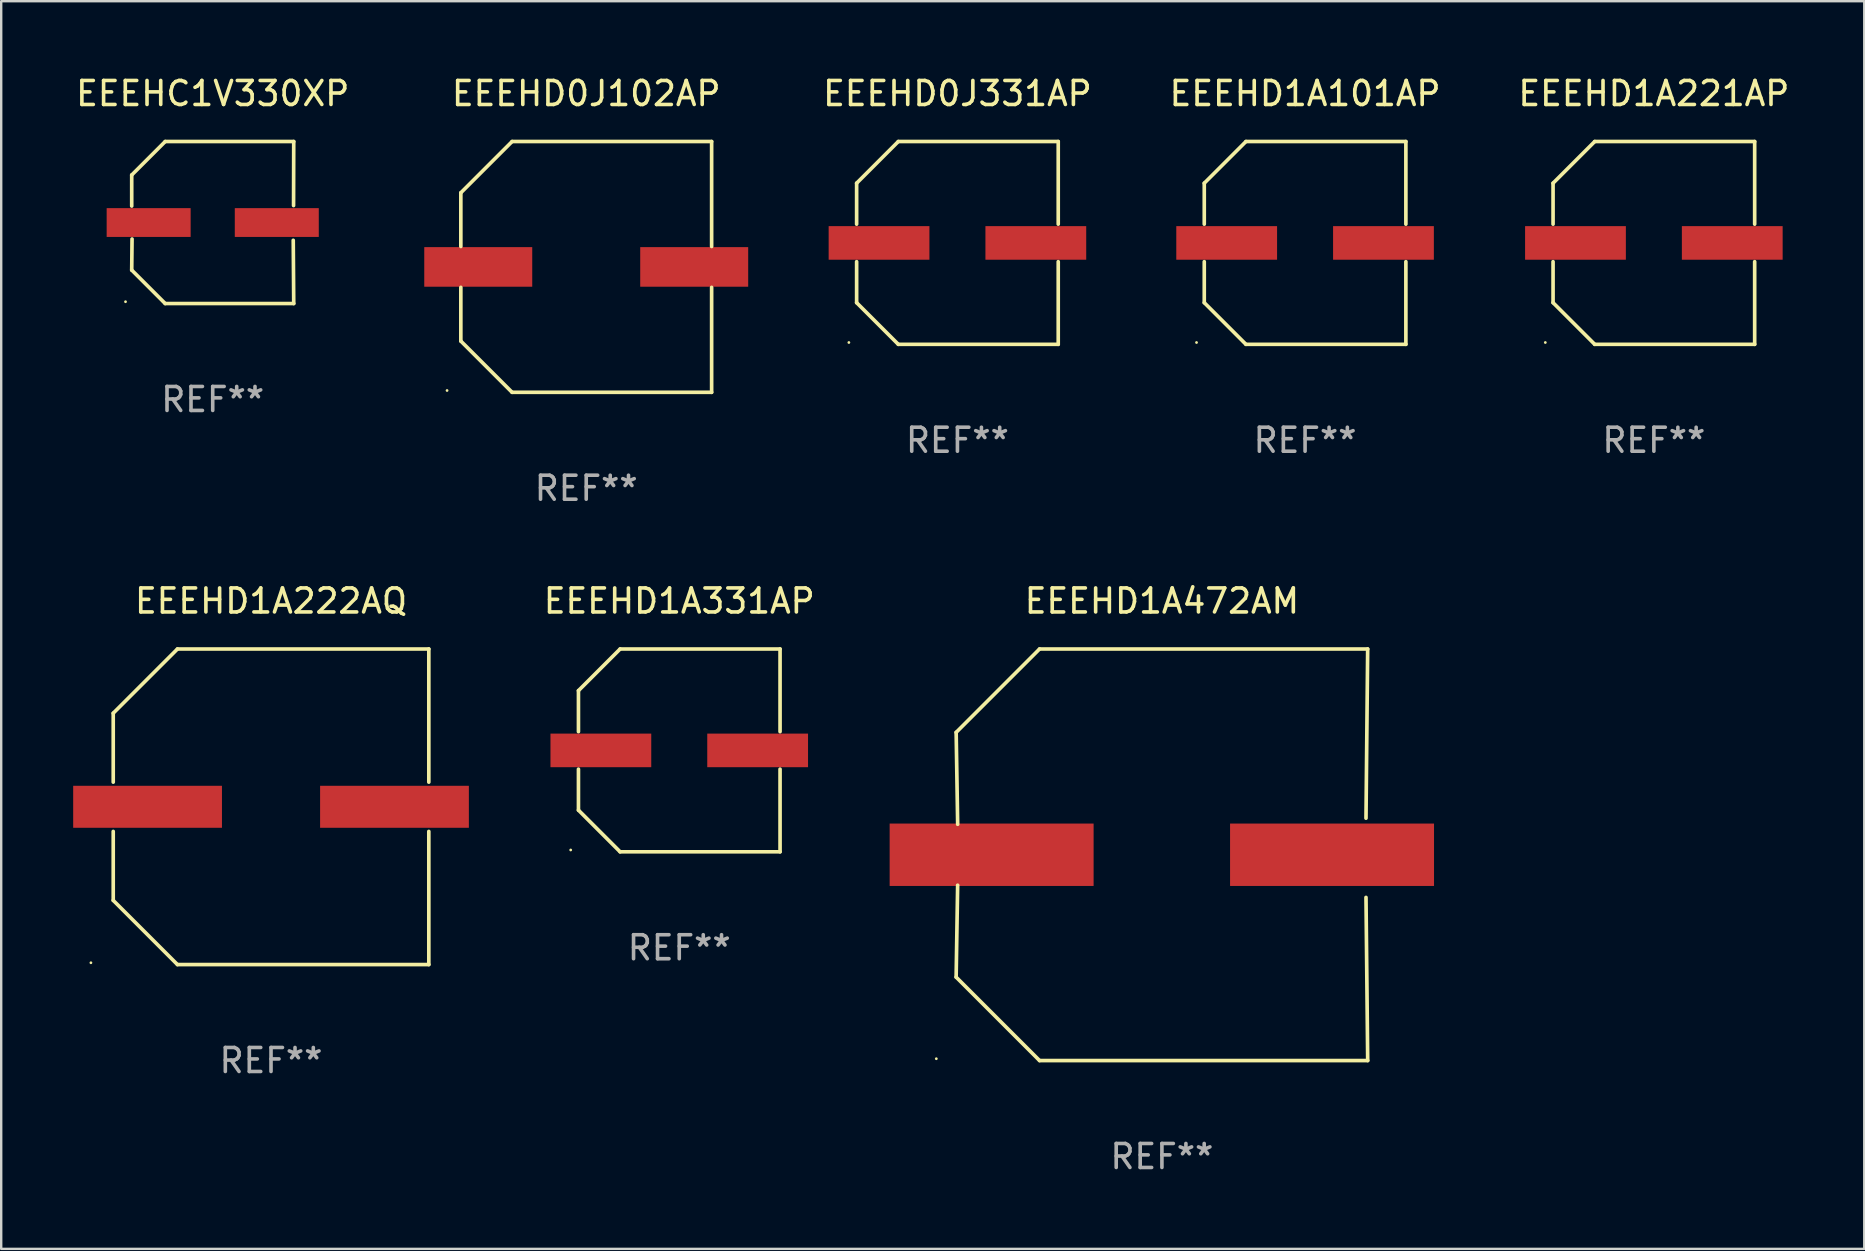
<source format=kicad_pcb>
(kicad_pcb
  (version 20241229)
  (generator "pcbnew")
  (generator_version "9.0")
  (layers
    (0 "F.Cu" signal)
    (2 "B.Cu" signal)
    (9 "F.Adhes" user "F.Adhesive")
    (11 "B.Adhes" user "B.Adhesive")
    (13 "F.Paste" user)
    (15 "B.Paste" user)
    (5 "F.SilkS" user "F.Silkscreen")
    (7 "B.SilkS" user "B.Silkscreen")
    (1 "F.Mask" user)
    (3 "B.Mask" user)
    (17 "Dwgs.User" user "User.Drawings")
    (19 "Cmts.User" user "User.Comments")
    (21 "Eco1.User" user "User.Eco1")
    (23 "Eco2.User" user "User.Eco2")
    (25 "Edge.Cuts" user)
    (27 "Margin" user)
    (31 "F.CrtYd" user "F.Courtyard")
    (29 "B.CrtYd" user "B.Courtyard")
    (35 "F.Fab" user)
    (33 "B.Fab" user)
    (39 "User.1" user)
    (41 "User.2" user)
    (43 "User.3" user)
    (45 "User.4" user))
  (footprint "EEEHD1A221AP"
    (layer "F.Cu")
    (at 65.875 7.074)
    (property "Reference" "EEEHD1A221AP" (at 0 -6.226 0) (layer "F.SilkS") (effects (font (size 1 1) (thickness 0.15))))
    (attr through_hole)
    (fp_line (start -4.201 -2.49) (end -4.201 -0.782) (stroke (width 0.152) (type solid)) (layer "F.SilkS"))
    (fp_line (start -4.201 2.49) (end -4.201 0.782) (stroke (width 0.152) (type solid)) (layer "F.SilkS"))
    (fp_line (start -2.465 -4.226) (end -4.201 -2.49) (stroke (width 0.152) (type solid)) (layer "F.SilkS"))
    (fp_line (start -2.465 4.226) (end -4.201 2.49) (stroke (width 0.152) (type solid)) (layer "F.SilkS"))
    (fp_line (start 4.201 -4.226) (end -2.465 -4.226) (stroke (width 0.152) (type solid)) (layer "F.SilkS"))
    (fp_line (start 4.201 -0.782) (end 4.201 -4.226) (stroke (width 0.152) (type solid)) (layer "F.SilkS"))
    (fp_line (start 4.201 0.782) (end 4.201 4.226) (stroke (width 0.152) (type solid)) (layer "F.SilkS"))
    (fp_line (start 4.201 4.226) (end -2.465 4.226) (stroke (width 0.152) (type solid)) (layer "F.SilkS"))
    (fp_circle (center -4.524 4.15) (end -4.494 4.15) (stroke (width 0.06) (type solid)) (fill no) (layer "F.SilkS"))
    (fp_text user "REF**" (at 0 8.226 0) (layer "F.Fab") (effects (font (size 1 1) (thickness 0.15))))
    (pad "1" smd rect (at -3.267 0) (size 4.2 1.4) (layers "F.Cu" "F.Mask" "F.Paste"))
    (pad "2" smd rect (at 3.267 0) (size 4.2 1.4) (layers "F.Cu" "F.Mask" "F.Paste")))
  (footprint "EEEHD1A331AP"
    (layer "F.Cu")
    (at 25.258 28.223)
    (property "Reference" "EEEHD1A331AP" (at 0 -6.226 0) (layer "F.SilkS") (effects (font (size 1 1) (thickness 0.15))))
    (attr through_hole)
    (fp_line (start -4.201 -2.49) (end -4.201 -0.782) (stroke (width 0.152) (type solid)) (layer "F.SilkS"))
    (fp_line (start -4.201 2.49) (end -4.201 0.782) (stroke (width 0.152) (type solid)) (layer "F.SilkS"))
    (fp_line (start -2.465 -4.226) (end -4.201 -2.49) (stroke (width 0.152) (type solid)) (layer "F.SilkS"))
    (fp_line (start -2.465 4.226) (end -4.201 2.49) (stroke (width 0.152) (type solid)) (layer "F.SilkS"))
    (fp_line (start 4.201 -4.226) (end -2.465 -4.226) (stroke (width 0.152) (type solid)) (layer "F.SilkS"))
    (fp_line (start 4.201 -0.782) (end 4.201 -4.226) (stroke (width 0.152) (type solid)) (layer "F.SilkS"))
    (fp_line (start 4.201 0.782) (end 4.201 4.226) (stroke (width 0.152) (type solid)) (layer "F.SilkS"))
    (fp_line (start 4.201 4.226) (end -2.465 4.226) (stroke (width 0.152) (type solid)) (layer "F.SilkS"))
    (fp_circle (center -4.524 4.15) (end -4.494 4.15) (stroke (width 0.06) (type solid)) (fill no) (layer "F.SilkS"))
    (fp_text user "REF**" (at 0 8.226 0) (layer "F.Fab") (effects (font (size 1 1) (thickness 0.15))))
    (pad "1" smd rect (at -3.267 0) (size 4.2 1.4) (layers "F.Cu" "F.Mask" "F.Paste"))
    (pad "2" smd rect (at 3.267 0) (size 4.2 1.4) (layers "F.Cu" "F.Mask" "F.Paste")))
  (footprint "EEEHD1A101AP"
    (layer "F.Cu")
    (at 51.339 7.074)
    (property "Reference" "EEEHD1A101AP" (at 0 -6.226 0) (layer "F.SilkS") (effects (font (size 1 1) (thickness 0.15))))
    (attr through_hole)
    (fp_line (start -4.201 -2.49) (end -4.201 -0.782) (stroke (width 0.152) (type solid)) (layer "F.SilkS"))
    (fp_line (start -4.201 2.49) (end -4.201 0.782) (stroke (width 0.152) (type solid)) (layer "F.SilkS"))
    (fp_line (start -2.465 -4.226) (end -4.201 -2.49) (stroke (width 0.152) (type solid)) (layer "F.SilkS"))
    (fp_line (start -2.465 4.226) (end -4.201 2.49) (stroke (width 0.152) (type solid)) (layer "F.SilkS"))
    (fp_line (start 4.201 -4.226) (end -2.465 -4.226) (stroke (width 0.152) (type solid)) (layer "F.SilkS"))
    (fp_line (start 4.201 -0.782) (end 4.201 -4.226) (stroke (width 0.152) (type solid)) (layer "F.SilkS"))
    (fp_line (start 4.201 0.782) (end 4.201 4.226) (stroke (width 0.152) (type solid)) (layer "F.SilkS"))
    (fp_line (start 4.201 4.226) (end -2.465 4.226) (stroke (width 0.152) (type solid)) (layer "F.SilkS"))
    (fp_circle (center -4.524 4.15) (end -4.494 4.15) (stroke (width 0.06) (type solid)) (fill no) (layer "F.SilkS"))
    (fp_text user "REF**" (at 0 8.226 0) (layer "F.Fab") (effects (font (size 1 1) (thickness 0.15))))
    (pad "1" smd rect (at -3.267 0) (size 4.2 1.4) (layers "F.Cu" "F.Mask" "F.Paste"))
    (pad "2" smd rect (at 3.267 0) (size 4.2 1.4) (layers "F.Cu" "F.Mask" "F.Paste")))
  (footprint "EEEHD0J102AP"
    (layer "F.Cu")
    (at 21.381 8.074)
    (property "Reference" "EEEHD0J102AP" (at 0 -7.226 0) (layer "F.SilkS") (effects (font (size 1 1) (thickness 0.15))))
    (attr through_hole)
    (fp_line (start -5.226 -3.09) (end -5.226 -0.852) (stroke (width 0.152) (type solid)) (layer "F.SilkS"))
    (fp_line (start -5.226 3.09) (end -5.226 0.852) (stroke (width 0.152) (type solid)) (layer "F.SilkS"))
    (fp_line (start -3.09 -5.226) (end -5.226 -3.09) (stroke (width 0.152) (type solid)) (layer "F.SilkS"))
    (fp_line (start -3.09 5.226) (end -5.226 3.09) (stroke (width 0.152) (type solid)) (layer "F.SilkS"))
    (fp_line (start 5.226 -5.226) (end -3.09 -5.226) (stroke (width 0.152) (type solid)) (layer "F.SilkS"))
    (fp_line (start 5.226 -0.852) (end 5.226 -5.226) (stroke (width 0.152) (type solid)) (layer "F.SilkS"))
    (fp_line (start 5.226 0.852) (end 5.226 5.226) (stroke (width 0.152) (type solid)) (layer "F.SilkS"))
    (fp_line (start 5.226 5.226) (end -3.09 5.226) (stroke (width 0.152) (type solid)) (layer "F.SilkS"))
    (fp_circle (center -5.8 5.15) (end -5.77 5.15) (stroke (width 0.06) (type solid)) (fill no) (layer "F.SilkS"))
    (fp_text user "REF**" (at 0 9.226 0) (layer "F.Fab") (effects (font (size 1 1) (thickness 0.15))))
    (pad "1" smd rect (at -4.5 0) (size 4.5 1.65) (layers "F.Cu" "F.Mask" "F.Paste"))
    (pad "2" smd rect (at 4.5 0) (size 4.5 1.65) (layers "F.Cu" "F.Mask" "F.Paste")))
  (footprint "EEEHD0J331AP"
    (layer "F.Cu")
    (at 36.851 7.074)
    (property "Reference" "EEEHD0J331AP" (at 0 -6.226 0) (layer "F.SilkS") (effects (font (size 1 1) (thickness 0.15))))
    (attr through_hole)
    (fp_line (start -4.201 -2.49) (end -4.201 -0.782) (stroke (width 0.152) (type solid)) (layer "F.SilkS"))
    (fp_line (start -4.201 2.49) (end -4.201 0.782) (stroke (width 0.152) (type solid)) (layer "F.SilkS"))
    (fp_line (start -2.465 -4.226) (end -4.201 -2.49) (stroke (width 0.152) (type solid)) (layer "F.SilkS"))
    (fp_line (start -2.465 4.226) (end -4.201 2.49) (stroke (width 0.152) (type solid)) (layer "F.SilkS"))
    (fp_line (start 4.201 -4.226) (end -2.465 -4.226) (stroke (width 0.152) (type solid)) (layer "F.SilkS"))
    (fp_line (start 4.201 -0.782) (end 4.201 -4.226) (stroke (width 0.152) (type solid)) (layer "F.SilkS"))
    (fp_line (start 4.201 0.782) (end 4.201 4.226) (stroke (width 0.152) (type solid)) (layer "F.SilkS"))
    (fp_line (start 4.201 4.226) (end -2.465 4.226) (stroke (width 0.152) (type solid)) (layer "F.SilkS"))
    (fp_circle (center -4.524 4.15) (end -4.494 4.15) (stroke (width 0.06) (type solid)) (fill no) (layer "F.SilkS"))
    (fp_text user "REF**" (at 0 8.226 0) (layer "F.Fab") (effects (font (size 1 1) (thickness 0.15))))
    (pad "1" smd rect (at -3.267 0) (size 4.2 1.4) (layers "F.Cu" "F.Mask" "F.Paste"))
    (pad "2" smd rect (at 3.267 0) (size 4.2 1.4) (layers "F.Cu" "F.Mask" "F.Paste")))
  (footprint "EEEHD1A222AQ"
    (layer "F.Cu")
    (at 8.245 30.573)
    (property "Reference" "EEEHD1A222AQ" (at 0 -8.576 0) (layer "F.SilkS") (effects (font (size 1 1) (thickness 0.15))))
    (attr through_hole)
    (fp_line (start -6.576 -3.9) (end -6.576 -1.027) (stroke (width 0.152) (type solid)) (layer "F.SilkS"))
    (fp_line (start -6.576 3.9) (end -6.576 1.027) (stroke (width 0.152) (type solid)) (layer "F.SilkS"))
    (fp_line (start -3.9 -6.576) (end -6.576 -3.9) (stroke (width 0.152) (type solid)) (layer "F.SilkS"))
    (fp_line (start -3.9 6.576) (end -6.576 3.9) (stroke (width 0.152) (type solid)) (layer "F.SilkS"))
    (fp_line (start 6.576 -6.576) (end -3.9 -6.576) (stroke (width 0.152) (type solid)) (layer "F.SilkS"))
    (fp_line (start 6.576 -1.027) (end 6.576 -6.576) (stroke (width 0.152) (type solid)) (layer "F.SilkS"))
    (fp_line (start 6.576 1.027) (end 6.576 6.576) (stroke (width 0.152) (type solid)) (layer "F.SilkS"))
    (fp_line (start 6.576 6.576) (end -3.9 6.576) (stroke (width 0.152) (type solid)) (layer "F.SilkS"))
    (fp_circle (center -7.506 6.5) (end -7.476 6.5) (stroke (width 0.06) (type solid)) (fill no) (layer "F.SilkS"))
    (fp_text user "REF**" (at 0 10.576 0) (layer "F.Fab") (effects (font (size 1 1) (thickness 0.15))))
    (pad "1" smd rect (at -5.145 0) (size 6.2 1.75) (layers "F.Cu" "F.Mask" "F.Paste"))
    (pad "2" smd rect (at 5.145 0) (size 6.2 1.75) (layers "F.Cu" "F.Mask" "F.Paste")))
  (footprint "EEEHC1V330XP"
    (layer "F.Cu")
    (at 5.815 6.224)
    (property "Reference" "EEEHC1V330XP" (at 0 -5.376 0) (layer "F.SilkS") (effects (font (size 1 1) (thickness 0.15))))
    (attr through_hole)
    (fp_line (start -3.376 -1.98) (end -3.376 -0.686) (stroke (width 0.152) (type solid)) (layer "F.SilkS"))
    (fp_line (start -3.376 1.981) (end -3.362 0.686) (stroke (width 0.152) (type solid)) (layer "F.SilkS"))
    (fp_line (start -1.981 3.376) (end -3.376 1.981) (stroke (width 0.152) (type solid)) (layer "F.SilkS"))
    (fp_line (start -1.98 -3.376) (end -3.376 -1.98) (stroke (width 0.152) (type solid)) (layer "F.SilkS"))
    (fp_line (start 3.356 0.74) (end 3.376 3.376) (stroke (width 0.152) (type solid)) (layer "F.SilkS"))
    (fp_line (start 3.369 -0.707) (end 3.376 -3.376) (stroke (width 0.152) (type solid)) (layer "F.SilkS"))
    (fp_line (start 3.376 3.376) (end -1.981 3.376) (stroke (width 0.152) (type solid)) (layer "F.SilkS"))
    (fp_line (start 3.376 -3.376) (end -1.98 -3.376) (stroke (width 0.152) (type solid)) (layer "F.SilkS"))
    (fp_circle (center -3.634 3.3) (end -3.604 3.3) (stroke (width 0.06) (type solid)) (fill no) (layer "F.SilkS"))
    (fp_text user "REF**" (at 0 7.376 0) (layer "F.Fab") (effects (font (size 1 1) (thickness 0.15))))
    (pad "1" smd rect (at -2.67 0.000254) (size 3.5 1.2) (layers "F.Cu" "F.Mask" "F.Paste"))
    (pad "2" smd rect (at 2.67 0.000254) (size 3.5 1.2) (layers "F.Cu" "F.Mask" "F.Paste")))
  (footprint "EEEHD1A472AM"
    (layer "F.Cu")
    (at 45.373 32.573)
    (property "Reference" "EEEHD1A472AM" (at 0 -10.576 0) (layer "F.SilkS") (effects (font (size 1 1) (thickness 0.15))))
    (attr through_hole)
    (fp_line (start -8.576 5.099) (end -8.513 1.269) (stroke (width 0.152) (type solid)) (layer "F.SilkS"))
    (fp_line (start -8.575 -5.101) (end -8.512 -1.271) (stroke (width 0.152) (type solid)) (layer "F.SilkS"))
    (fp_line (start -5.1 -8.576) (end -8.575 -5.101) (stroke (width 0.152) (type solid)) (layer "F.SilkS"))
    (fp_line (start -5.1 8.576) (end -8.576 5.099) (stroke (width 0.152) (type solid)) (layer "F.SilkS"))
    (fp_line (start 8.505 -1.525) (end 8.575 -8.576) (stroke (width 0.152) (type solid)) (layer "F.SilkS"))
    (fp_line (start 8.505 1.777) (end 8.576 8.576) (stroke (width 0.152) (type solid)) (layer "F.SilkS"))
    (fp_line (start 8.575 -8.576) (end -5.1 -8.576) (stroke (width 0.152) (type solid)) (layer "F.SilkS"))
    (fp_line (start 8.576 8.576) (end -5.1 8.576) (stroke (width 0.152) (type solid)) (layer "F.SilkS"))
    (fp_circle (center -9.402 8.499) (end -9.372 8.499) (stroke (width 0.06) (type solid)) (fill no) (layer "F.SilkS"))
    (fp_text user "REF**" (at 0 12.576 0) (layer "F.Fab") (effects (font (size 1 1) (thickness 0.15))))
    (pad "1" smd rect (at -7.097 -0.001) (size 8.5 2.6) (layers "F.Cu" "F.Mask" "F.Paste"))
    (pad "2" smd rect (at 7.09 -0.001) (size 8.5 2.6) (layers "F.Cu" "F.Mask" "F.Paste")))
  (gr_rect
    (start -3 -3)
    (end 74.643 48.997)
    (stroke (width 0.1) (type default))
    (fill no)
    (layer "Edge.Cuts")))
</source>
